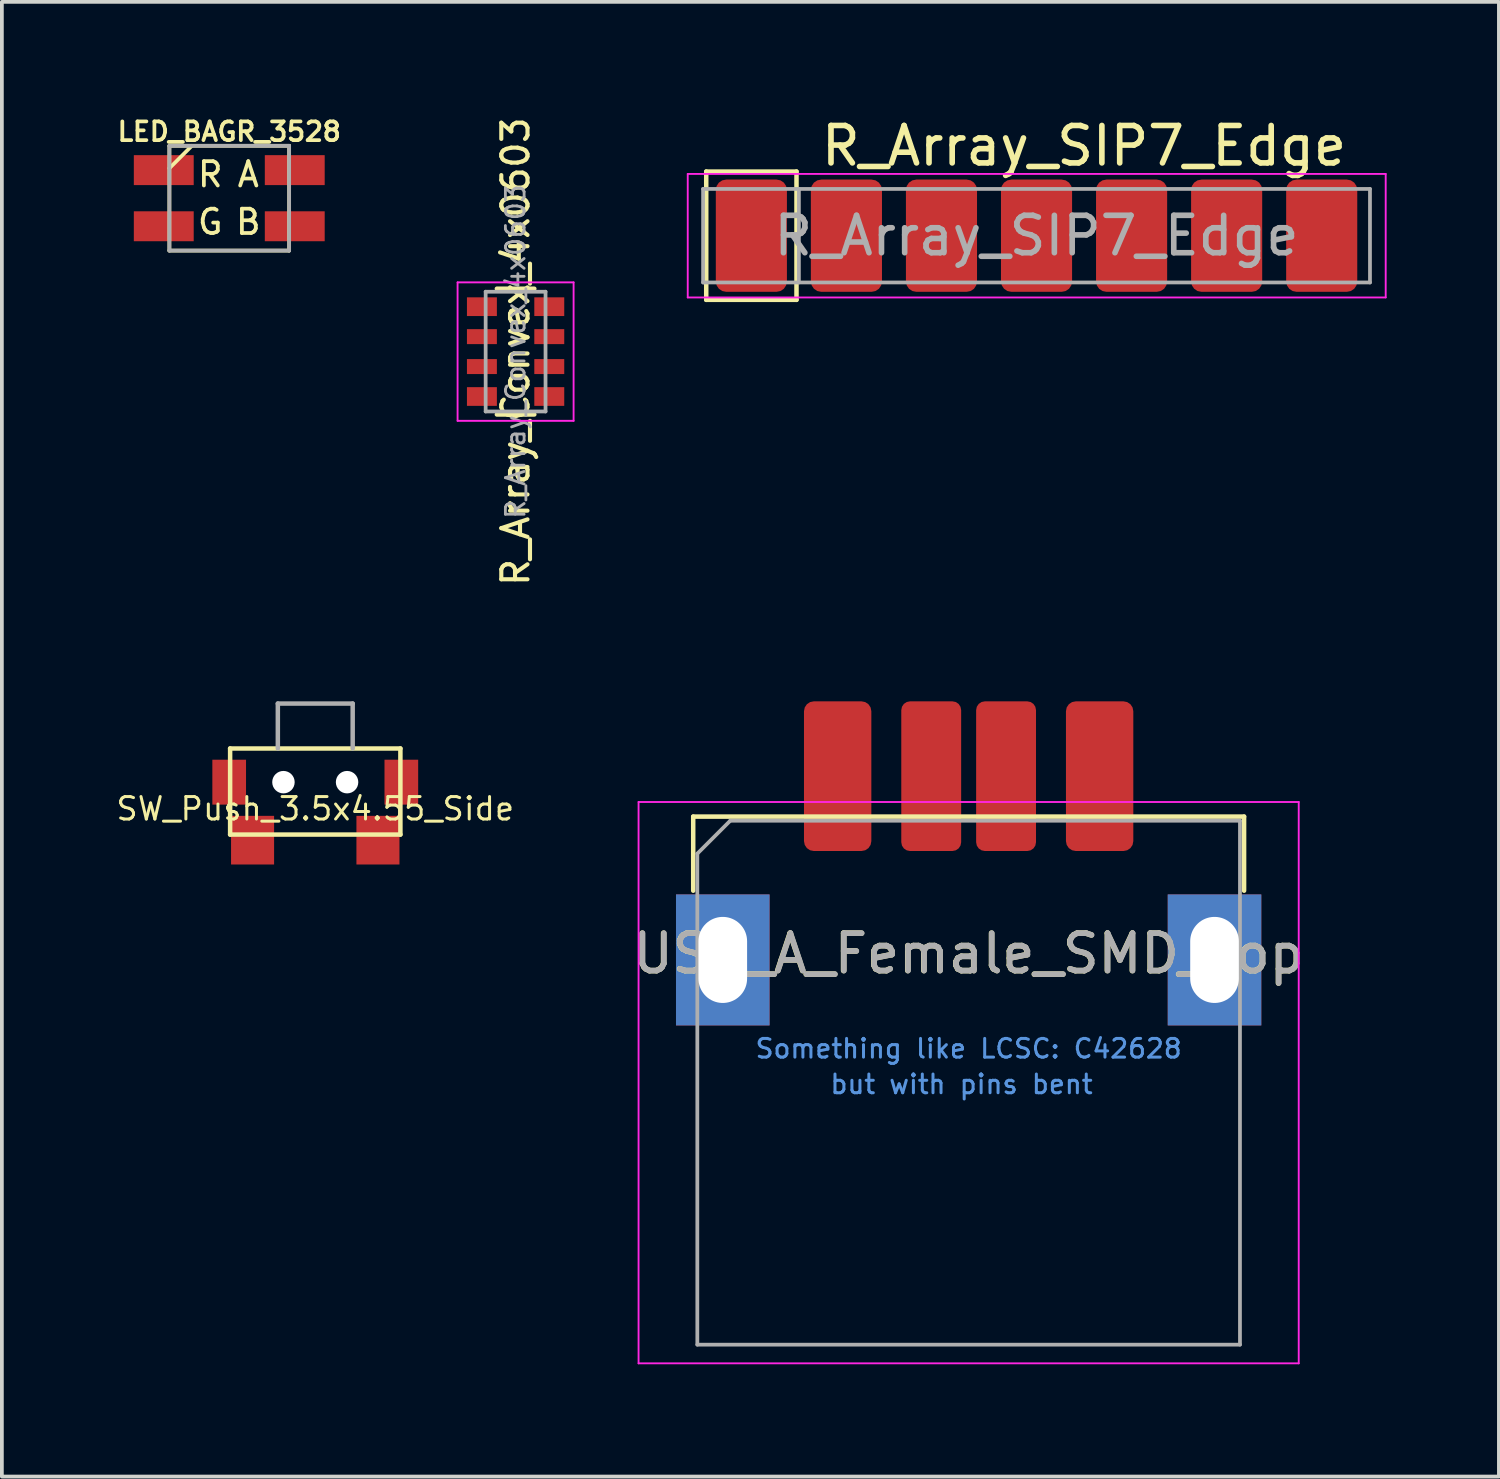
<source format=kicad_pcb>
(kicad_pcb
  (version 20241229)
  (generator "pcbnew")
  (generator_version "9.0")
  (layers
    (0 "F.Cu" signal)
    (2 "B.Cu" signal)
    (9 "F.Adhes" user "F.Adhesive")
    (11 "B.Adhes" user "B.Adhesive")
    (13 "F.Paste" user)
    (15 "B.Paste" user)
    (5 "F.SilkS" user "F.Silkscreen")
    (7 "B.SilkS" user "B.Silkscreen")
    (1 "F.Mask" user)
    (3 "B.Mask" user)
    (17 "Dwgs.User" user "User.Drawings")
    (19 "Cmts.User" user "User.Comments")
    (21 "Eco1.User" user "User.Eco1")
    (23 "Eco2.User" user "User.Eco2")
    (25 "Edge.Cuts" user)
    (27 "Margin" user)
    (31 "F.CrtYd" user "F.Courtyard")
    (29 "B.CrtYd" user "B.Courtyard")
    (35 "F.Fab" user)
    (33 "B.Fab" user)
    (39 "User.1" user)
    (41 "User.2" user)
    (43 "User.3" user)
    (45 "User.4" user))
  (footprint "USB_A_Female_SMD_Top"
    (layer "F.Cu")
    (at 22.833 19.89)
    (property "Reference" "USB_A_Female_SMD_Top" (at -0.007 2.54 0) (layer "F.SilkS") (effects (font (size 1 1) (thickness 0.15))))
    (attr through_hole)
    (fp_line (start -7.36 -1.12) (end -7.36 0.86) (stroke (width 0.12) (type solid)) (layer "F.SilkS"))
    (fp_line (start -7.36 -1.12) (end 7.36 -1.12) (stroke (width 0.12) (type solid)) (layer "F.SilkS"))
    (fp_line (start 7.36 0.86) (end 7.36 -1.12) (stroke (width 0.12) (type solid)) (layer "F.SilkS"))
    (fp_line (start -8.82 -1.51) (end -8.82 13.49) (stroke (width 0.05) (type solid)) (layer "F.CrtYd"))
    (fp_line (start -8.82 -1.51) (end 8.82 -1.51) (stroke (width 0.05) (type solid)) (layer "F.CrtYd"))
    (fp_line (start 8.82 -1.51) (end 8.82 13.49) (stroke (width 0.05) (type solid)) (layer "F.CrtYd"))
    (fp_line (start 8.82 13.49) (end -8.82 13.49) (stroke (width 0.05) (type solid)) (layer "F.CrtYd"))
    (fp_line (start -7.25 -0.13) (end -7.25 12.99) (stroke (width 0.1) (type solid)) (layer "F.Fab"))
    (fp_line (start -7.25 12.99) (end 7.25 12.99) (stroke (width 0.1) (type solid)) (layer "F.Fab"))
    (fp_line (start -6.37 -1.01) (end -7.25 -0.13) (stroke (width 0.1) (type solid)) (layer "F.Fab"))
    (fp_line (start -6.37 -1.01) (end 7.25 -1.01) (stroke (width 0.1) (type solid)) (layer "F.Fab"))
    (fp_line (start 7.25 -1.01) (end 7.25 12.99) (stroke (width 0.1) (type solid)) (layer "F.Fab"))
    (fp_text user "but with pins bent " (at 0 6.032 0) (layer "Cmts.User") (effects (font (size 0.5 0.5) (thickness 0.08))))
    (fp_text user "Something like LCSC: C42628" (at 0 5.08 0) (layer "Cmts.User") (effects (font (size 0.5 0.5) (thickness 0.08))))
    (fp_text user "${REFERENCE}" (at 0 2.54 0) (layer "F.Fab") (effects (font (size 1 1) (thickness 0.15))))
    (pad "1" smd roundrect (at -3.5 -2.2) (size 1.8 4) (layers "F.Cu" "F.Mask" "F.Paste") (roundrect_rratio 0.147))
    (pad "2" smd roundrect (at -1 -2.2) (size 1.6 4) (layers "F.Cu" "F.Mask" "F.Paste") (roundrect_rratio 0.147))
    (pad "3" smd roundrect (at 1 -2.2) (size 1.6 4) (layers "F.Cu" "F.Mask" "F.Paste") (roundrect_rratio 0.147))
    (pad "4" smd roundrect (at 3.5 -2.2) (size 1.8 4) (layers "F.Cu" "F.Mask" "F.Paste") (roundrect_rratio 0.147))
    (pad "5" thru_hole rect (at -6.57 2.71) (size 2.5 3.5) (drill oval 1.3 2.3) (layers "*.Cu" "*.Mask"))
    (pad "5" thru_hole rect (at 6.57 2.71) (size 2.5 3.5) (drill oval 1.3 2.3) (layers "*.Cu" "*.Mask")))
  (footprint "R_Array_SIP7_Edge"
    (layer "F.Cu")
    (at 17.027 3.248)
    (property "Reference" "R_Array_SIP7_Edge" (at 8.89 -2.4 0) (layer "F.SilkS") (effects (font (size 1 1) (thickness 0.15))))
    (attr through_hole)
    (fp_line (start -1.206 -1.714) (end -1.206 1.714) (stroke (width 0.12) (type solid)) (layer "F.SilkS"))
    (fp_line (start -1.206 -1.714) (end 1.206 -1.714) (stroke (width 0.12) (type solid)) (layer "F.SilkS"))
    (fp_line (start -1.206 1.714) (end 1.206 1.714) (stroke (width 0.12) (type solid)) (layer "F.SilkS"))
    (fp_line (start 1.206 -1.714) (end 1.206 1.714) (stroke (width 0.12) (type solid)) (layer "F.SilkS"))
    (fp_line (start -1.7 -1.65) (end -1.7 1.65) (stroke (width 0.05) (type solid)) (layer "F.CrtYd"))
    (fp_line (start -1.7 1.65) (end 16.95 1.65) (stroke (width 0.05) (type solid)) (layer "F.CrtYd"))
    (fp_line (start 16.95 -1.65) (end -1.7 -1.65) (stroke (width 0.05) (type solid)) (layer "F.CrtYd"))
    (fp_line (start 16.95 1.65) (end 16.95 -1.65) (stroke (width 0.05) (type solid)) (layer "F.CrtYd"))
    (fp_line (start -1.29 -1.25) (end -1.29 1.25) (stroke (width 0.1) (type solid)) (layer "F.Fab"))
    (fp_line (start -1.29 1.25) (end 16.53 1.25) (stroke (width 0.1) (type solid)) (layer "F.Fab"))
    (fp_line (start 1.27 -1.25) (end 1.27 1.25) (stroke (width 0.1) (type solid)) (layer "F.Fab"))
    (fp_line (start 16.53 -1.25) (end -1.29 -1.25) (stroke (width 0.1) (type solid)) (layer "F.Fab"))
    (fp_line (start 16.53 1.25) (end 16.53 -1.25) (stroke (width 0.1) (type solid)) (layer "F.Fab"))
    (fp_text user "${REFERENCE}" (at 7.62 0 0) (layer "F.Fab") (effects (font (size 1 1) (thickness 0.15))))
    (pad "1" smd roundrect (at 0 0) (size 1.9 3) (layers "F.Cu" "F.Mask" "F.Paste") (roundrect_rratio 0.147))
    (pad "2" smd roundrect (at 2.54 0) (size 1.9 3) (layers "F.Cu" "F.Mask" "F.Paste") (roundrect_rratio 0.147))
    (pad "3" smd roundrect (at 5.08 0) (size 1.9 3) (layers "F.Cu" "F.Mask" "F.Paste") (roundrect_rratio 0.147))
    (pad "4" smd roundrect (at 7.62 0) (size 1.9 3) (layers "F.Cu" "F.Mask" "F.Paste") (roundrect_rratio 0.147))
    (pad "5" smd roundrect (at 10.16 0) (size 1.9 3) (layers "F.Cu" "F.Mask" "F.Paste") (roundrect_rratio 0.147))
    (pad "6" smd roundrect (at 12.7 0) (size 1.9 3) (layers "F.Cu" "F.Mask" "F.Paste") (roundrect_rratio 0.147))
    (pad "7" smd roundrect (at 15.24 0) (size 1.9 3) (layers "F.Cu" "F.Mask" "F.Paste") (roundrect_rratio 0.147)))
  (footprint "R_Array_Convex_4x0603"
    (layer "F.Cu")
    (at 10.727 6.345)
    (property "Reference" "R_Array_Convex_4x0603" (at 0 0 90) (layer "F.SilkS") (effects (font (size 0.7 0.7) (thickness 0.11))))
    (attr smd)
    (fp_line (start 0.5 -1.68) (end -0.5 -1.68) (stroke (width 0.12) (type solid)) (layer "F.SilkS"))
    (fp_line (start 0.5 1.68) (end -0.5 1.68) (stroke (width 0.12) (type solid)) (layer "F.SilkS"))
    (fp_line (start -1.55 -1.85) (end -1.55 1.85) (stroke (width 0.05) (type solid)) (layer "F.CrtYd"))
    (fp_line (start -1.55 -1.85) (end 1.55 -1.85) (stroke (width 0.05) (type solid)) (layer "F.CrtYd"))
    (fp_line (start 1.55 1.85) (end -1.55 1.85) (stroke (width 0.05) (type solid)) (layer "F.CrtYd"))
    (fp_line (start 1.55 1.85) (end 1.55 -1.85) (stroke (width 0.05) (type solid)) (layer "F.CrtYd"))
    (fp_line (start -0.8 -1.6) (end 0.8 -1.6) (stroke (width 0.1) (type solid)) (layer "F.Fab"))
    (fp_line (start -0.8 1.6) (end -0.8 -1.6) (stroke (width 0.1) (type solid)) (layer "F.Fab"))
    (fp_line (start 0.8 -1.6) (end 0.8 1.6) (stroke (width 0.1) (type solid)) (layer "F.Fab"))
    (fp_line (start 0.8 1.6) (end -0.8 1.6) (stroke (width 0.1) (type solid)) (layer "F.Fab"))
    (fp_text user "${REFERENCE}" (at 0 0 90) (layer "F.Fab") (effects (font (size 0.5 0.5) (thickness 0.075))))
    (pad "1" smd rect (at -0.9 -1.2) (size 0.8 0.5) (layers "F.Cu" "F.Mask" "F.Paste"))
    (pad "2" smd rect (at -0.9 -0.4) (size 0.8 0.4) (layers "F.Cu" "F.Mask" "F.Paste"))
    (pad "3" smd rect (at -0.9 0.4) (size 0.8 0.4) (layers "F.Cu" "F.Mask" "F.Paste"))
    (pad "4" smd rect (at -0.9 1.2) (size 0.8 0.5) (layers "F.Cu" "F.Mask" "F.Paste"))
    (pad "5" smd rect (at 0.9 1.2) (size 0.8 0.5) (layers "F.Cu" "F.Mask" "F.Paste"))
    (pad "6" smd rect (at 0.9 0.4) (size 0.8 0.4) (layers "F.Cu" "F.Mask" "F.Paste"))
    (pad "7" smd rect (at 0.9 -0.4) (size 0.8 0.4) (layers "F.Cu" "F.Mask" "F.Paste"))
    (pad "8" smd rect (at 0.9 -1.2) (size 0.8 0.5) (layers "F.Cu" "F.Mask" "F.Paste")))
  (footprint "LED_BAGR_3528"
    (layer "F.Cu")
    (at 3.076 2.246)
    (property "Reference" "LED_BAGR_3528" (at 0 -1.778 180) (layer "F.SilkS") (effects (font (size 0.5 0.5) (thickness 0.1))))
    (attr smd)
    (fp_line (start -1.6 -1.4) (end -1.6 1.4) (stroke (width 0.1) (type solid)) (layer "F.SilkS"))
    (fp_line (start -1.6 -1.4) (end 1.6 -1.4) (stroke (width 0.1) (type solid)) (layer "F.SilkS"))
    (fp_line (start -1.6 -0.8) (end -1 -1.4) (stroke (width 0.1) (type solid)) (layer "F.SilkS"))
    (fp_line (start -1.6 1.4) (end 1.6 1.4) (stroke (width 0.1) (type solid)) (layer "F.SilkS"))
    (fp_line (start 1.6 -1.4) (end 1.6 1.4) (stroke (width 0.1) (type solid)) (layer "F.SilkS"))
    (fp_line (start -1.6 -1.4) (end -1.6 1.4) (stroke (width 0.1) (type solid)) (layer "F.Fab"))
    (fp_line (start -1.6 -1.4) (end 1.6 -1.4) (stroke (width 0.1) (type solid)) (layer "F.Fab"))
    (fp_line (start -1.6 1.4) (end 1.6 1.4) (stroke (width 0.1) (type solid)) (layer "F.Fab"))
    (fp_line (start 1.6 -1.4) (end 1.6 1.4) (stroke (width 0.1) (type solid)) (layer "F.Fab"))
    (fp_text user "R" (at -0.508 -0.635 0) (layer "F.SilkS") (effects (font (size 0.65 0.65) (thickness 0.1))))
    (fp_text user "A" (at 0.508 -0.635 0) (layer "F.SilkS") (effects (font (size 0.65 0.65) (thickness 0.1))))
    (fp_text user "G" (at -0.508 0.635 0) (layer "F.SilkS") (effects (font (size 0.65 0.65) (thickness 0.1))))
    (fp_text user "B" (at 0.508 0.635 0) (layer "F.SilkS") (effects (font (size 0.65 0.65) (thickness 0.1))))
    (pad "1" smd rect (at 1.75 0.75) (size 1.6 0.8) (layers "F.Cu" "F.Mask" "F.Paste"))
    (pad "2" smd rect (at 1.75 -0.75) (size 1.6 0.8) (layers "F.Cu" "F.Mask" "F.Paste"))
    (pad "3" smd rect (at -1.75 0.75) (size 1.6 0.8) (layers "F.Cu" "F.Mask" "F.Paste"))
    (pad "4" smd rect (at -1.75 -0.75) (size 1.6 0.8) (layers "F.Cu" "F.Mask" "F.Paste")))
  (footprint "SW_Push_3.5x4.55_Side"
    (layer "F.Cu")
    (at 5.374 17.85)
    (property "Reference" "SW_Push_3.5x4.55_Side" (at 0 0.711 0) (layer "F.SilkS") (effects (font (size 0.6 0.6) (thickness 0.08))))
    (attr through_hole)
    (fp_line (start -2.275 -0.9) (end 2.275 -0.9) (stroke (width 0.12) (type solid)) (layer "F.SilkS"))
    (fp_line (start -2.275 1.4) (end -2.275 -0.9) (stroke (width 0.12) (type solid)) (layer "F.SilkS"))
    (fp_line (start 2.275 -0.9) (end 2.275 1.4) (stroke (width 0.12) (type solid)) (layer "F.SilkS"))
    (fp_line (start 2.275 1.4) (end -2.275 1.4) (stroke (width 0.12) (type solid)) (layer "F.SilkS"))
    (fp_line (start -1 -2.1) (end 1 -2.1) (stroke (width 0.12) (type solid)) (layer "F.Fab"))
    (fp_line (start -1 -0.9) (end -1 -2.1) (stroke (width 0.12) (type solid)) (layer "F.Fab"))
    (fp_line (start 1 -0.9) (end 1 -2.1) (stroke (width 0.12) (type solid)) (layer "F.Fab"))
    (pad "" np_thru_hole circle (at -0.85 0) (size 0.6 0.6) (drill 0.6) (layers "*.Cu" "*.Mask"))
    (pad "" np_thru_hole circle (at 0.85 0) (size 0.6 0.6) (drill 0.6) (layers "*.Cu" "*.Mask"))
    (pad "1" smd rect (at -1.675 1.55) (size 1.15 1.3) (layers "F.Cu" "F.Mask" "F.Paste"))
    (pad "2" smd rect (at 1.675 1.55) (size 1.15 1.3) (layers "F.Cu" "F.Mask" "F.Paste"))
    (pad "SH" smd rect (at -2.3 0) (size 0.9 1.2) (layers "F.Cu" "F.Mask" "F.Paste"))
    (pad "SH" smd rect (at 2.3 0) (size 0.9 1.2) (layers "F.Cu" "F.Mask" "F.Paste")))
  (gr_rect
    (start -3 -3)
    (end 37.002 36.405)
    (stroke (width 0.1) (type default))
    (fill no)
    (layer "Edge.Cuts")))
</source>
